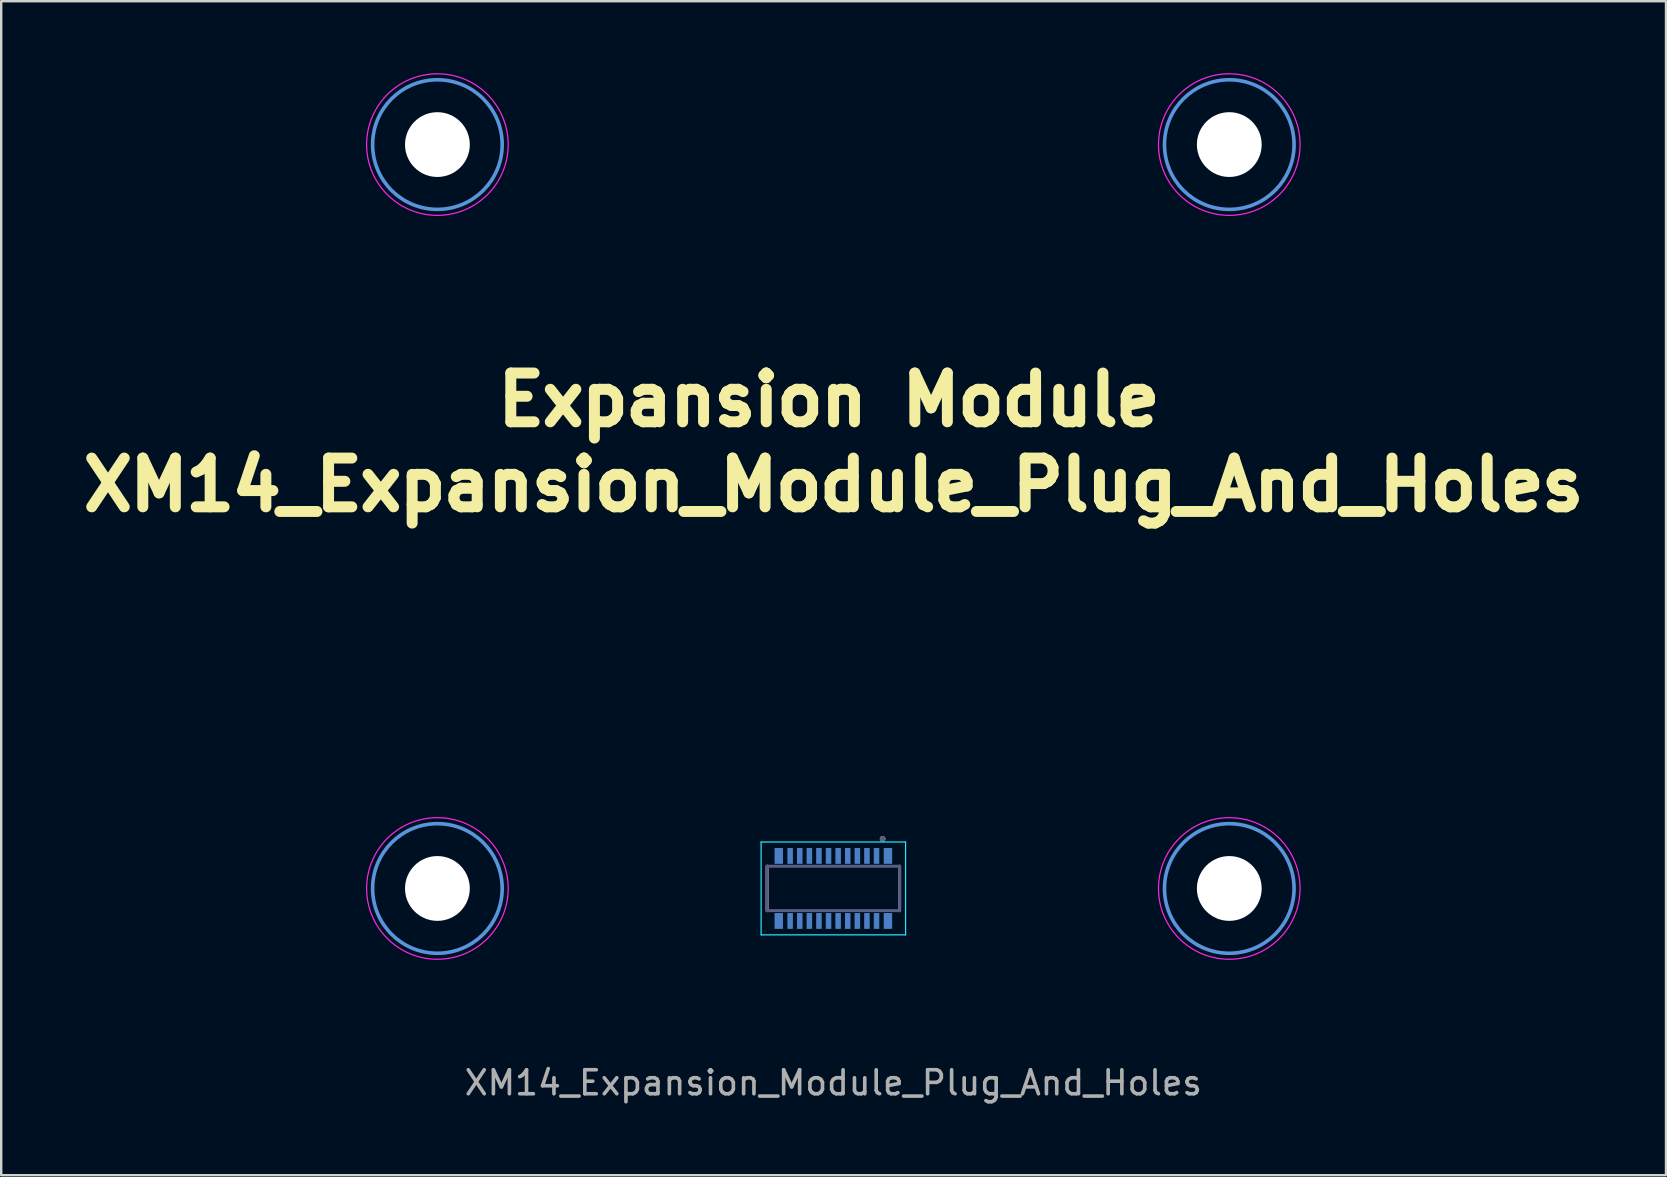
<source format=kicad_pcb>
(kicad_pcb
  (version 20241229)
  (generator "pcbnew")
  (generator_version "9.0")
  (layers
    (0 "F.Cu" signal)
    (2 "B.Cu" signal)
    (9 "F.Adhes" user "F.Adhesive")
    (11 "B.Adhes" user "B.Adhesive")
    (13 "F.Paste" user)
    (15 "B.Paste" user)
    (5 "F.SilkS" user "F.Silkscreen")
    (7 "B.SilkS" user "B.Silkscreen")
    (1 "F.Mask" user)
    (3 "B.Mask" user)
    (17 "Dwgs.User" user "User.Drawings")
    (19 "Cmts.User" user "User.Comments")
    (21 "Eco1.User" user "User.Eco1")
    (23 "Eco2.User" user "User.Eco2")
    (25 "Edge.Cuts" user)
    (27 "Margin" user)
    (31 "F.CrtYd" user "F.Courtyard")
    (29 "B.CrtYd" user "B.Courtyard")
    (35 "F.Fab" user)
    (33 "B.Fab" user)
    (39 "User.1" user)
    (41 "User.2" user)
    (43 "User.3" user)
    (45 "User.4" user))
  (footprint "XM14_Expansion_Module_Plug_And_Holes"
    (layer "F.Cu")
    (at 31.678 33.975)
    (property "Reference" "XM14_Expansion_Module_Plug_And_Holes" (at 0.01 -16.82 0) (unlocked yes) (layer "F.SilkS") (effects (font (size 2.032 2.032) (thickness 0.457) (bold yes))))
    (attr smd)
    (fp_line (start -2.76 0.924) (end -2.76 -0.926) (stroke (width 0.127) (type solid)) (layer "B.SilkS"))
    (fp_line (start 2.76 -0.926) (end 2.76 0.924) (stroke (width 0.127) (type solid)) (layer "B.SilkS"))
    (fp_circle (center 2.055 -2.066) (end 2.115 -2.066) (stroke (width 0.12) (type solid)) (fill no) (layer "B.SilkS"))
    (fp_circle (center -16.5 -31) (end -13.8 -31) (stroke (width 0.15) (type solid)) (fill no) (layer "Cmts.User"))
    (fp_circle (center -16.5 0) (end -13.8 0) (stroke (width 0.15) (type solid)) (fill no) (layer "Cmts.User"))
    (fp_circle (center 16.5 -31) (end 19.2 -31) (stroke (width 0.15) (type solid)) (fill no) (layer "Cmts.User"))
    (fp_circle (center 16.5 0) (end 19.2 0) (stroke (width 0.15) (type solid)) (fill no) (layer "Cmts.User"))
    (fp_line (start -3.01 -1.936) (end 3.01 -1.936) (stroke (width 0.05) (type solid)) (layer "B.CrtYd"))
    (fp_line (start -3.01 1.934) (end -3.01 -1.936) (stroke (width 0.05) (type solid)) (layer "B.CrtYd"))
    (fp_line (start 3.01 -1.936) (end 3.01 1.934) (stroke (width 0.05) (type solid)) (layer "B.CrtYd"))
    (fp_line (start 3.01 1.934) (end -3.01 1.934) (stroke (width 0.05) (type solid)) (layer "B.CrtYd"))
    (fp_circle (center -16.5 -31) (end -13.55 -31) (stroke (width 0.05) (type solid)) (fill no) (layer "F.CrtYd"))
    (fp_circle (center -16.5 0) (end -13.55 0) (stroke (width 0.05) (type solid)) (fill no) (layer "F.CrtYd"))
    (fp_circle (center 16.5 -31) (end 19.45 -31) (stroke (width 0.05) (type solid)) (fill no) (layer "F.CrtYd"))
    (fp_circle (center 16.5 0) (end 19.45 0) (stroke (width 0.05) (type solid)) (fill no) (layer "F.CrtYd"))
    (fp_line (start -2.76 -0.926) (end 2.76 -0.926) (stroke (width 0.127) (type solid)) (layer "B.Fab"))
    (fp_line (start -2.76 0.924) (end -2.76 -0.926) (stroke (width 0.127) (type solid)) (layer "B.Fab"))
    (fp_line (start 2.76 -0.926) (end 2.76 0.924) (stroke (width 0.127) (type solid)) (layer "B.Fab"))
    (fp_line (start 2.76 0.924) (end -2.76 0.924) (stroke (width 0.127) (type solid)) (layer "B.Fab"))
    (fp_circle (center 2.055 -2.066) (end 2.115 -2.066) (stroke (width 0.12) (type solid)) (fill no) (layer "B.Fab"))
    (fp_text user "Expansion Module" (at -14.225 -19.175 0) (unlocked yes) (layer "F.SilkS") (effects (font (size 2.032 2.032) (thickness 0.457) (bold yes)) (justify left bottom)))
    (fp_text user "${REFERENCE}" (at 0 8.1 0) (unlocked yes) (layer "F.Fab") (effects (font (size 1 1) (thickness 0.15))))
    (pad "" np_thru_hole circle (at -16.5 -31) (size 2.7 2.7) (drill 2.7) (layers "*.Cu" "*.Mask"))
    (pad "" np_thru_hole circle (at -16.5 0) (size 2.7 2.7) (drill 2.7) (layers "*.Cu" "*.Mask"))
    (pad "" np_thru_hole circle (at 16.5 -31) (size 2.7 2.7) (drill 2.7) (layers "*.Cu" "*.Mask"))
    (pad "" np_thru_hole circle (at 16.5 0) (size 2.7 2.7) (drill 2.7) (layers "*.Cu" "*.Mask"))
    (pad "1" smd rect (at 1.8 -1.356) (size 0.23 0.66) (layers "B.Cu" "B.Mask" "B.Paste"))
    (pad "2" smd rect (at 1.8 1.354) (size 0.23 0.66) (layers "B.Cu" "B.Mask" "B.Paste"))
    (pad "3" smd rect (at 1.4 -1.356) (size 0.23 0.66) (layers "B.Cu" "B.Mask" "B.Paste"))
    (pad "4" smd rect (at 1.4 1.354) (size 0.23 0.66) (layers "B.Cu" "B.Mask" "B.Paste"))
    (pad "5" smd rect (at 1 -1.356) (size 0.23 0.66) (layers "B.Cu" "B.Mask" "B.Paste"))
    (pad "6" smd rect (at 1 1.354) (size 0.23 0.66) (layers "B.Cu" "B.Mask" "B.Paste"))
    (pad "7" smd rect (at 0.6 -1.356) (size 0.23 0.66) (layers "B.Cu" "B.Mask" "B.Paste"))
    (pad "8" smd rect (at 0.6 1.354) (size 0.23 0.66) (layers "B.Cu" "B.Mask" "B.Paste"))
    (pad "9" smd rect (at 0.2 -1.356) (size 0.23 0.66) (layers "B.Cu" "B.Mask" "B.Paste"))
    (pad "10" smd rect (at 0.2 1.354) (size 0.23 0.66) (layers "B.Cu" "B.Mask" "B.Paste"))
    (pad "11" smd rect (at -0.2 -1.356) (size 0.23 0.66) (layers "B.Cu" "B.Mask" "B.Paste"))
    (pad "12" smd rect (at -0.2 1.354) (size 0.23 0.66) (layers "B.Cu" "B.Mask" "B.Paste"))
    (pad "13" smd rect (at -0.6 -1.356) (size 0.23 0.66) (layers "B.Cu" "B.Mask" "B.Paste"))
    (pad "14" smd rect (at -0.6 1.354) (size 0.23 0.66) (layers "B.Cu" "B.Mask" "B.Paste"))
    (pad "15" smd rect (at -1 -1.356) (size 0.23 0.66) (layers "B.Cu" "B.Mask" "B.Paste"))
    (pad "16" smd rect (at -1 1.354) (size 0.23 0.66) (layers "B.Cu" "B.Mask" "B.Paste"))
    (pad "17" smd rect (at -1.4 -1.356) (size 0.23 0.66) (layers "B.Cu" "B.Mask" "B.Paste"))
    (pad "18" smd rect (at -1.4 1.354) (size 0.23 0.66) (layers "B.Cu" "B.Mask" "B.Paste"))
    (pad "19" smd rect (at -1.8 -1.356) (size 0.23 0.66) (layers "B.Cu" "B.Mask" "B.Paste"))
    (pad "20" smd rect (at -1.8 1.354) (size 0.23 0.66) (layers "B.Cu" "B.Mask" "B.Paste"))
    (pad "S1" smd rect (at -2.275 -1.356) (size 0.35 0.66) (layers "B.Cu" "B.Mask" "B.Paste"))
    (pad "S2" smd rect (at -2.275 1.354) (size 0.35 0.66) (layers "B.Cu" "B.Mask" "B.Paste"))
    (pad "S3" smd rect (at 2.275 -1.356) (size 0.35 0.66) (layers "B.Cu" "B.Mask" "B.Paste"))
    (pad "S4" smd rect (at 2.275 1.354) (size 0.35 0.66) (layers "B.Cu" "B.Mask" "B.Paste")))
  (gr_rect
    (start -3 -3)
    (end 66.377 45.923)
    (stroke (width 0.1) (type default))
    (fill no)
    (layer "Edge.Cuts")))
</source>
